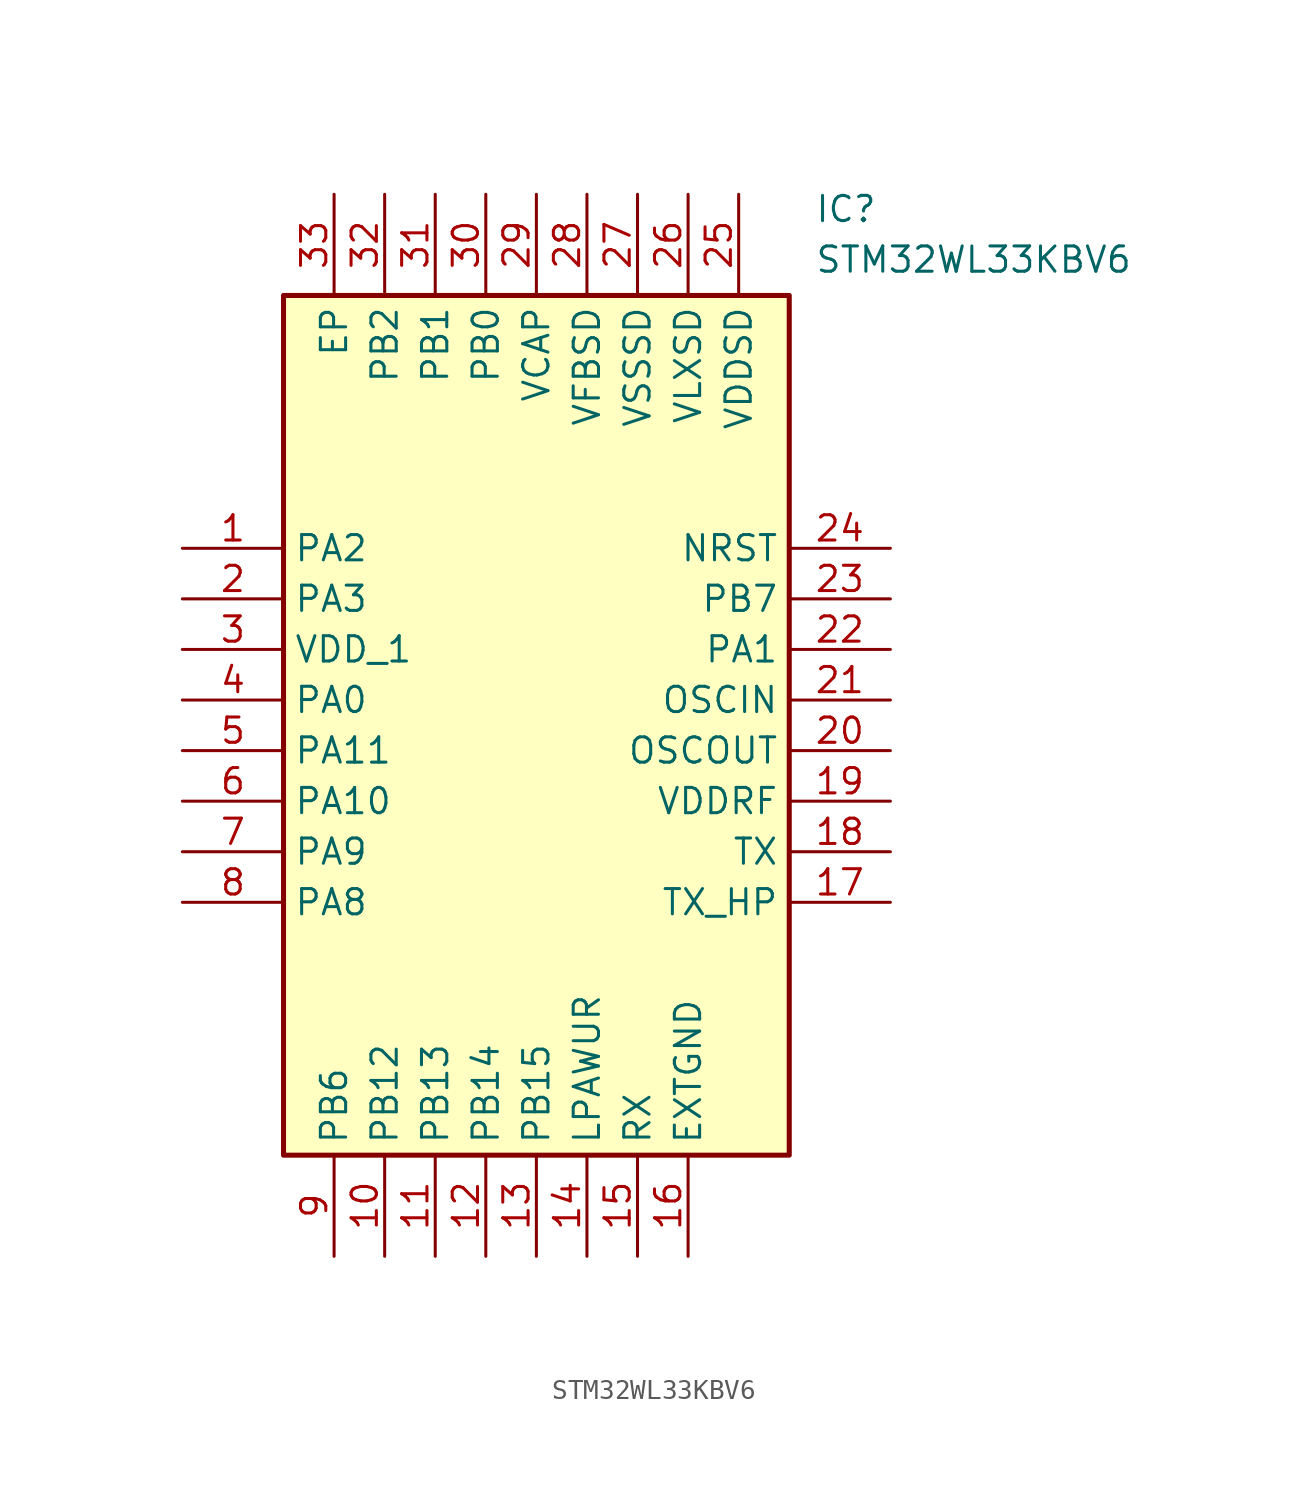
<source format=kicad_sym>
(kicad_symbol_lib
  (version 20211014)
  (generator SamacSys_ECAD_Model)
  (symbol "STM32WL33KBV6"
    (property "Reference" "IC"
      (at 31.75 17.78 0)
      (effects (font (size 1.27 1.27)) (justify left top)))
    (property "Value" "STM32WL33KBV6"
      (at 31.75 15.24 0)
      (effects (font (size 1.27 1.27)) (justify left top)))
    (rectangle
      (start 5.08 12.7)
      (end 30.48 -30.48)
      (stroke (width 0.254) (type default))
      (fill (type background)))
    (pin passive line
      (at 0 0 0)
      (length 5.08)
      (name "PA2" (effects (font (size 1.27 1.27))))
      (number "1" (effects (font (size 1.27 1.27)))))
    (pin passive line
      (at 0 -2.54 0)
      (length 5.08)
      (name "PA3" (effects (font (size 1.27 1.27))))
      (number "2" (effects (font (size 1.27 1.27)))))
    (pin passive line
      (at 0 -5.08 0)
      (length 5.08)
      (name "VDD_1" (effects (font (size 1.27 1.27))))
      (number "3" (effects (font (size 1.27 1.27)))))
    (pin passive line
      (at 0 -7.62 0)
      (length 5.08)
      (name "PA0" (effects (font (size 1.27 1.27))))
      (number "4" (effects (font (size 1.27 1.27)))))
    (pin passive line
      (at 0 -10.16 0)
      (length 5.08)
      (name "PA11" (effects (font (size 1.27 1.27))))
      (number "5" (effects (font (size 1.27 1.27)))))
    (pin passive line
      (at 0 -12.7 0)
      (length 5.08)
      (name "PA10" (effects (font (size 1.27 1.27))))
      (number "6" (effects (font (size 1.27 1.27)))))
    (pin passive line
      (at 0 -15.24 0)
      (length 5.08)
      (name "PA9" (effects (font (size 1.27 1.27))))
      (number "7" (effects (font (size 1.27 1.27)))))
    (pin passive line
      (at 0 -17.78 0)
      (length 5.08)
      (name "PA8" (effects (font (size 1.27 1.27))))
      (number "8" (effects (font (size 1.27 1.27)))))
    (pin passive line
      (at 7.62 -35.56 90)
      (length 5.08)
      (name "PB6" (effects (font (size 1.27 1.27))))
      (number "9" (effects (font (size 1.27 1.27)))))
    (pin passive line
      (at 10.16 -35.56 90)
      (length 5.08)
      (name "PB12" (effects (font (size 1.27 1.27))))
      (number "10" (effects (font (size 1.27 1.27)))))
    (pin passive line
      (at 12.7 -35.56 90)
      (length 5.08)
      (name "PB13" (effects (font (size 1.27 1.27))))
      (number "11" (effects (font (size 1.27 1.27)))))
    (pin passive line
      (at 15.24 -35.56 90)
      (length 5.08)
      (name "PB14" (effects (font (size 1.27 1.27))))
      (number "12" (effects (font (size 1.27 1.27)))))
    (pin passive line
      (at 17.78 -35.56 90)
      (length 5.08)
      (name "PB15" (effects (font (size 1.27 1.27))))
      (number "13" (effects (font (size 1.27 1.27)))))
    (pin passive line
      (at 20.32 -35.56 90)
      (length 5.08)
      (name "LPAWUR" (effects (font (size 1.27 1.27))))
      (number "14" (effects (font (size 1.27 1.27)))))
    (pin passive line
      (at 22.86 -35.56 90)
      (length 5.08)
      (name "RX" (effects (font (size 1.27 1.27))))
      (number "15" (effects (font (size 1.27 1.27)))))
    (pin passive line
      (at 25.4 -35.56 90)
      (length 5.08)
      (name "EXTGND" (effects (font (size 1.27 1.27))))
      (number "16" (effects (font (size 1.27 1.27)))))
    (pin passive line
      (at 35.56 0 180)
      (length 5.08)
      (name "NRST" (effects (font (size 1.27 1.27))))
      (number "24" (effects (font (size 1.27 1.27)))))
    (pin passive line
      (at 35.56 -2.54 180)
      (length 5.08)
      (name "PB7" (effects (font (size 1.27 1.27))))
      (number "23" (effects (font (size 1.27 1.27)))))
    (pin passive line
      (at 35.56 -5.08 180)
      (length 5.08)
      (name "PA1" (effects (font (size 1.27 1.27))))
      (number "22" (effects (font (size 1.27 1.27)))))
    (pin passive line
      (at 35.56 -7.62 180)
      (length 5.08)
      (name "OSCIN" (effects (font (size 1.27 1.27))))
      (number "21" (effects (font (size 1.27 1.27)))))
    (pin passive line
      (at 35.56 -10.16 180)
      (length 5.08)
      (name "OSCOUT" (effects (font (size 1.27 1.27))))
      (number "20" (effects (font (size 1.27 1.27)))))
    (pin passive line
      (at 35.56 -12.7 180)
      (length 5.08)
      (name "VDDRF" (effects (font (size 1.27 1.27))))
      (number "19" (effects (font (size 1.27 1.27)))))
    (pin passive line
      (at 35.56 -15.24 180)
      (length 5.08)
      (name "TX" (effects (font (size 1.27 1.27))))
      (number "18" (effects (font (size 1.27 1.27)))))
    (pin passive line
      (at 35.56 -17.78 180)
      (length 5.08)
      (name "TX_HP" (effects (font (size 1.27 1.27))))
      (number "17" (effects (font (size 1.27 1.27)))))
    (pin passive line
      (at 7.62 17.78 270)
      (length 5.08)
      (name "EP" (effects (font (size 1.27 1.27))))
      (number "33" (effects (font (size 1.27 1.27)))))
    (pin passive line
      (at 10.16 17.78 270)
      (length 5.08)
      (name "PB2" (effects (font (size 1.27 1.27))))
      (number "32" (effects (font (size 1.27 1.27)))))
    (pin passive line
      (at 12.7 17.78 270)
      (length 5.08)
      (name "PB1" (effects (font (size 1.27 1.27))))
      (number "31" (effects (font (size 1.27 1.27)))))
    (pin passive line
      (at 15.24 17.78 270)
      (length 5.08)
      (name "PB0" (effects (font (size 1.27 1.27))))
      (number "30" (effects (font (size 1.27 1.27)))))
    (pin passive line
      (at 17.78 17.78 270)
      (length 5.08)
      (name "VCAP" (effects (font (size 1.27 1.27))))
      (number "29" (effects (font (size 1.27 1.27)))))
    (pin passive line
      (at 20.32 17.78 270)
      (length 5.08)
      (name "VFBSD" (effects (font (size 1.27 1.27))))
      (number "28" (effects (font (size 1.27 1.27)))))
    (pin passive line
      (at 22.86 17.78 270)
      (length 5.08)
      (name "VSSSD" (effects (font (size 1.27 1.27))))
      (number "27" (effects (font (size 1.27 1.27)))))
    (pin passive line
      (at 25.4 17.78 270)
      (length 5.08)
      (name "VLXSD" (effects (font (size 1.27 1.27))))
      (number "26" (effects (font (size 1.27 1.27)))))
    (pin passive line
      (at 27.94 17.78 270)
      (length 5.08)
      (name "VDDSD" (effects (font (size 1.27 1.27))))
      (number "25" (effects (font (size 1.27 1.27)))))))
</source>
